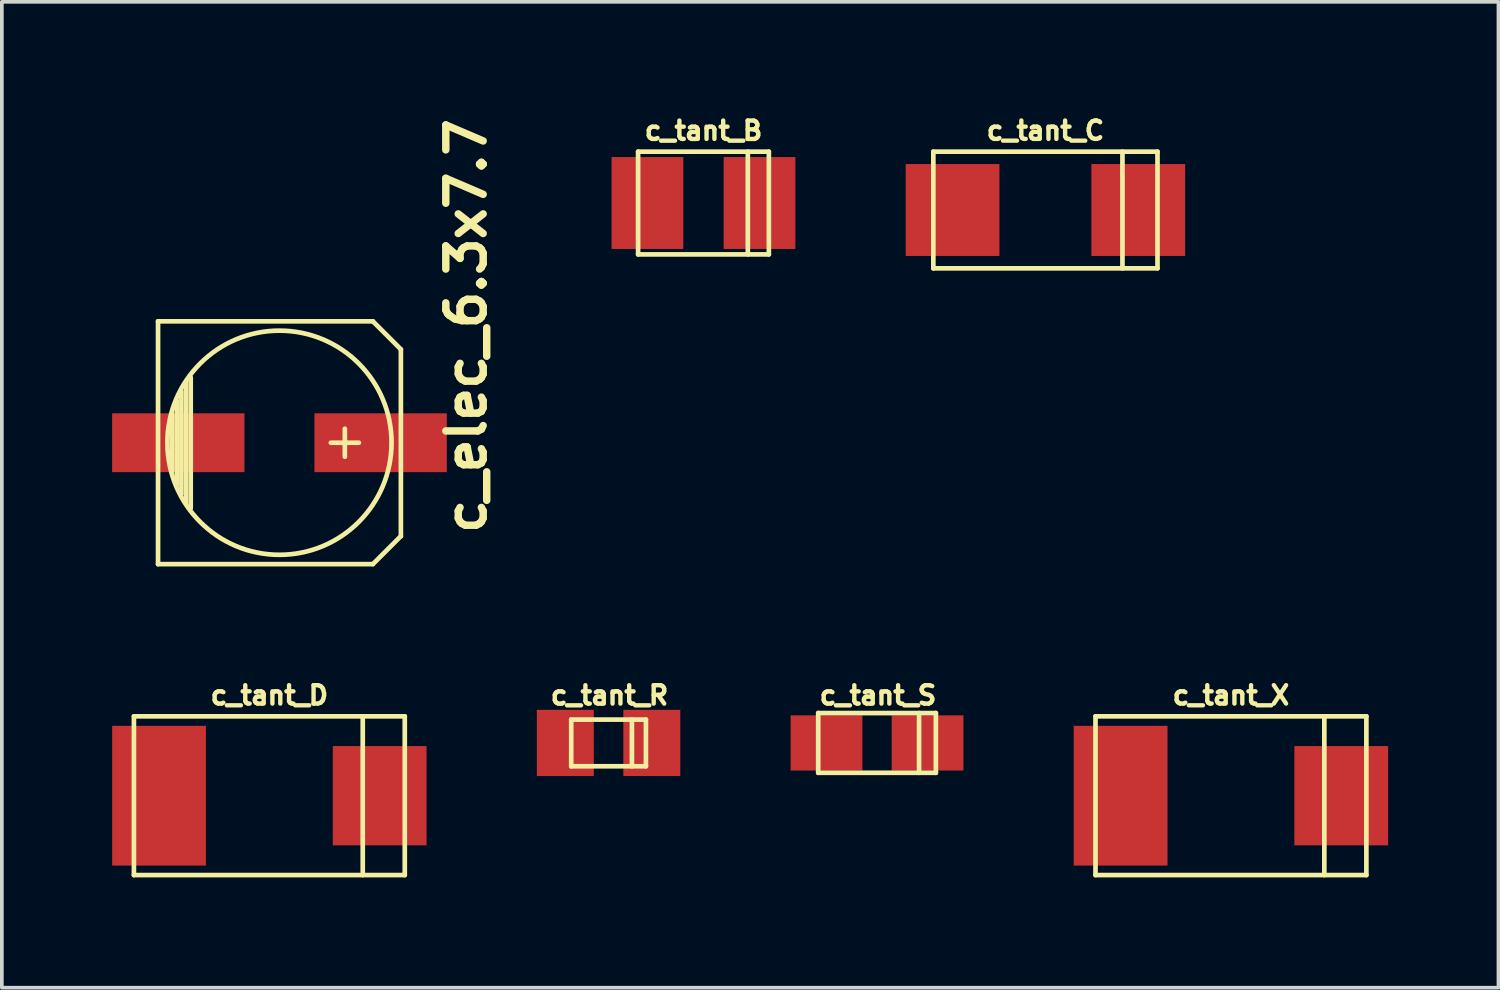
<source format=kicad_pcb>
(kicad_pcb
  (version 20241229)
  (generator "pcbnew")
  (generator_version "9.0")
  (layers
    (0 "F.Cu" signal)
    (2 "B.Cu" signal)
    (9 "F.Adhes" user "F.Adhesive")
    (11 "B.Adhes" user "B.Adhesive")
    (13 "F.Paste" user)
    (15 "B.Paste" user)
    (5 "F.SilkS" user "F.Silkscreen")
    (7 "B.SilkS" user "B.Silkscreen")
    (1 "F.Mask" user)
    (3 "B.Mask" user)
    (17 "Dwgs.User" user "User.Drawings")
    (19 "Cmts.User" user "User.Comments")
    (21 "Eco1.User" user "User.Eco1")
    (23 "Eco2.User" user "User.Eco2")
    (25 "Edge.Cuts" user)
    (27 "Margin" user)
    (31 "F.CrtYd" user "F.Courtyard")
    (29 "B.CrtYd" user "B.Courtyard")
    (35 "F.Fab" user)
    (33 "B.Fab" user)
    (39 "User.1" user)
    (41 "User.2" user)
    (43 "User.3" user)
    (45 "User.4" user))
  (footprint "c_tant_D"
    (layer "F.Cu")
    (at 4.275 18.589)
    (property "Reference" "c_tant_D" (at 0 -2.731 0) (layer "F.SilkS") (effects (font (size 0.5 0.5) (thickness 0.119))))
    (attr through_hole)
    (fp_line (start -3.683 -2.159) (end -3.683 2.159) (stroke (width 0.127) (type solid)) (layer "F.SilkS"))
    (fp_line (start -3.683 2.159) (end 3.683 2.159) (stroke (width 0.127) (type solid)) (layer "F.SilkS"))
    (fp_line (start 2.54 -2.159) (end 2.54 2.159) (stroke (width 0.127) (type solid)) (layer "F.SilkS"))
    (fp_line (start 3.683 -2.159) (end -3.683 -2.159) (stroke (width 0.127) (type solid)) (layer "F.SilkS"))
    (fp_line (start 3.683 2.159) (end 3.683 -2.159) (stroke (width 0.127) (type solid)) (layer "F.SilkS"))
    (pad "1" smd rect (at 3 0) (size 2.55 2.7) (layers "F.Cu" "F.Mask" "F.Paste"))
    (pad "2" smd rect (at -3 0) (size 2.55 3.8) (layers "F.Cu" "F.Mask" "F.Paste")))
  (footprint "c_tant_X"
    (layer "F.Cu")
    (at 30.425 18.589)
    (property "Reference" "c_tant_X" (at 0 -2.731 0) (layer "F.SilkS") (effects (font (size 0.5 0.5) (thickness 0.119))))
    (attr through_hole)
    (fp_line (start -3.683 -2.159) (end -3.683 2.159) (stroke (width 0.127) (type solid)) (layer "F.SilkS"))
    (fp_line (start -3.683 2.159) (end 3.683 2.159) (stroke (width 0.127) (type solid)) (layer "F.SilkS"))
    (fp_line (start 2.54 -2.159) (end 2.54 2.159) (stroke (width 0.127) (type solid)) (layer "F.SilkS"))
    (fp_line (start 3.683 -2.159) (end -3.683 -2.159) (stroke (width 0.127) (type solid)) (layer "F.SilkS"))
    (fp_line (start 3.683 2.159) (end 3.683 -2.159) (stroke (width 0.127) (type solid)) (layer "F.SilkS"))
    (pad "1" smd rect (at 3 0) (size 2.55 2.7) (layers "F.Cu" "F.Mask" "F.Paste"))
    (pad "2" smd rect (at -3 0) (size 2.55 3.8) (layers "F.Cu" "F.Mask" "F.Paste")))
  (footprint "c_tant_S"
    (layer "F.Cu")
    (at 20.801 17.154)
    (property "Reference" "c_tant_S" (at 0.025 -1.295 0) (layer "F.SilkS") (effects (font (size 0.5 0.5) (thickness 0.119))))
    (attr through_hole)
    (fp_line (start -1.6 -0.813) (end -1.6 0.813) (stroke (width 0.127) (type solid)) (layer "F.SilkS"))
    (fp_line (start -1.6 0.813) (end 1.6 0.813) (stroke (width 0.127) (type solid)) (layer "F.SilkS"))
    (fp_line (start 1.143 0.813) (end 1.143 -0.813) (stroke (width 0.127) (type solid)) (layer "F.SilkS"))
    (fp_line (start 1.6 -0.813) (end -1.6 -0.813) (stroke (width 0.127) (type solid)) (layer "F.SilkS"))
    (fp_line (start 1.6 0.813) (end 1.6 -0.813) (stroke (width 0.127) (type solid)) (layer "F.SilkS"))
    (pad "1" smd rect (at 1.374 0) (size 1.951 1.501) (layers "F.Cu" "F.Mask" "F.Paste"))
    (pad "2" smd rect (at -1.374 0) (size 1.951 1.501) (layers "F.Cu" "F.Mask" "F.Paste")))
  (footprint "c_tant_R"
    (layer "F.Cu")
    (at 13.5 17.154)
    (property "Reference" "c_tant_R" (at 0.025 -1.295 0) (layer "F.SilkS") (effects (font (size 0.5 0.5) (thickness 0.119))))
    (attr through_hole)
    (fp_line (start -1.016 -0.635) (end -1.016 0.635) (stroke (width 0.127) (type solid)) (layer "F.SilkS"))
    (fp_line (start -1.016 0.635) (end 1.016 0.635) (stroke (width 0.127) (type solid)) (layer "F.SilkS"))
    (fp_line (start 0.635 -0.635) (end 0.635 0.635) (stroke (width 0.127) (type solid)) (layer "F.SilkS"))
    (fp_line (start 1.016 -0.635) (end -1.016 -0.635) (stroke (width 0.127) (type solid)) (layer "F.SilkS"))
    (fp_line (start 1.016 0.635) (end 1.016 -0.635) (stroke (width 0.127) (type solid)) (layer "F.SilkS"))
    (pad "1" smd rect (at 1.176 0) (size 1.549 1.801) (layers "F.Cu" "F.Mask" "F.Paste"))
    (pad "2" smd rect (at -1.176 0) (size 1.549 1.801) (layers "F.Cu" "F.Mask" "F.Paste")))
  (footprint "c_tant_B"
    (layer "F.Cu")
    (at 16.081 2.471)
    (property "Reference" "c_tant_B" (at 0 -1.968 0) (layer "F.SilkS") (effects (font (size 0.5 0.5) (thickness 0.119))))
    (attr through_hole)
    (fp_line (start -1.778 -1.397) (end -1.778 1.397) (stroke (width 0.127) (type solid)) (layer "F.SilkS"))
    (fp_line (start -1.778 1.397) (end 1.778 1.397) (stroke (width 0.127) (type solid)) (layer "F.SilkS"))
    (fp_line (start 1.206 -1.397) (end 1.206 1.397) (stroke (width 0.127) (type solid)) (layer "F.SilkS"))
    (fp_line (start 1.778 -1.397) (end -1.778 -1.397) (stroke (width 0.127) (type solid)) (layer "F.SilkS"))
    (fp_line (start 1.778 1.397) (end 1.778 -1.397) (stroke (width 0.127) (type solid)) (layer "F.SilkS"))
    (pad "1" smd rect (at 1.524 0) (size 1.951 2.499) (layers "F.Cu" "F.Mask" "F.Paste"))
    (pad "2" smd rect (at -1.524 0) (size 1.951 2.499) (layers "F.Cu" "F.Mask" "F.Paste")))
  (footprint "c_tant_C"
    (layer "F.Cu")
    (at 25.38 2.661)
    (property "Reference" "c_tant_C" (at 0 -2.159 0) (layer "F.SilkS") (effects (font (size 0.5 0.5) (thickness 0.119))))
    (attr through_hole)
    (fp_line (start -3.048 -1.587) (end -3.048 1.587) (stroke (width 0.127) (type solid)) (layer "F.SilkS"))
    (fp_line (start -3.048 1.587) (end 3.048 1.587) (stroke (width 0.127) (type solid)) (layer "F.SilkS"))
    (fp_line (start 2.095 -1.587) (end 2.095 1.587) (stroke (width 0.127) (type solid)) (layer "F.SilkS"))
    (fp_line (start 3.048 -1.587) (end -3.048 -1.587) (stroke (width 0.127) (type solid)) (layer "F.SilkS"))
    (fp_line (start 3.048 1.587) (end 3.048 -1.587) (stroke (width 0.127) (type solid)) (layer "F.SilkS"))
    (pad "1" smd rect (at 2.525 0) (size 2.55 2.499) (layers "F.Cu" "F.Mask" "F.Paste"))
    (pad "2" smd rect (at -2.525 0) (size 2.55 2.499) (layers "F.Cu" "F.Mask" "F.Paste")))
  (footprint "c_elec_6.3x7.7"
    (layer "F.Cu")
    (at 4.55 8.99)
    (property "Reference" "c_elec_6.3x7.7" (at 5.08 -3.175 90) (layer "F.SilkS") (effects (font (size 1.016 1.016) (thickness 0.203))))
    (attr through_hole)
    (fp_line (start -3.302 -3.302) (end -3.302 3.302) (stroke (width 0.127) (type solid)) (layer "F.SilkS"))
    (fp_line (start -3.302 3.302) (end 2.54 3.302) (stroke (width 0.127) (type solid)) (layer "F.SilkS"))
    (fp_line (start -2.921 -0.762) (end -2.921 0.762) (stroke (width 0.127) (type solid)) (layer "F.SilkS"))
    (fp_line (start -2.794 1.143) (end -2.794 -1.143) (stroke (width 0.127) (type solid)) (layer "F.SilkS"))
    (fp_line (start -2.667 -1.397) (end -2.667 1.397) (stroke (width 0.127) (type solid)) (layer "F.SilkS"))
    (fp_line (start -2.54 1.651) (end -2.54 -1.651) (stroke (width 0.127) (type solid)) (layer "F.SilkS"))
    (fp_line (start -2.413 -1.778) (end -2.413 1.778) (stroke (width 0.127) (type solid)) (layer "F.SilkS"))
    (fp_line (start 1.778 -0.381) (end 1.778 0.381) (stroke (width 0.127) (type solid)) (layer "F.SilkS"))
    (fp_line (start 2.159 0) (end 1.397 0) (stroke (width 0.127) (type solid)) (layer "F.SilkS"))
    (fp_line (start 2.54 -3.302) (end -3.302 -3.302) (stroke (width 0.127) (type solid)) (layer "F.SilkS"))
    (fp_line (start 2.54 3.302) (end 3.302 2.54) (stroke (width 0.127) (type solid)) (layer "F.SilkS"))
    (fp_line (start 3.302 -2.54) (end 2.54 -3.302) (stroke (width 0.127) (type solid)) (layer "F.SilkS"))
    (fp_line (start 3.302 2.54) (end 3.302 -2.54) (stroke (width 0.127) (type solid)) (layer "F.SilkS"))
    (fp_circle (center 0 0) (end -3.048 0) (stroke (width 0.127) (type solid)) (fill no) (layer "F.SilkS"))
    (pad "1" smd rect (at 2.751 0) (size 3.599 1.6) (layers "F.Cu" "F.Mask" "F.Paste"))
    (pad "2" smd rect (at -2.751 0) (size 3.599 1.6) (layers "F.Cu" "F.Mask" "F.Paste")))
  (gr_rect
    (start -3 -3)
    (end 37.7 23.811)
    (stroke (width 0.1) (type default))
    (fill no)
    (layer "Edge.Cuts")))
</source>
